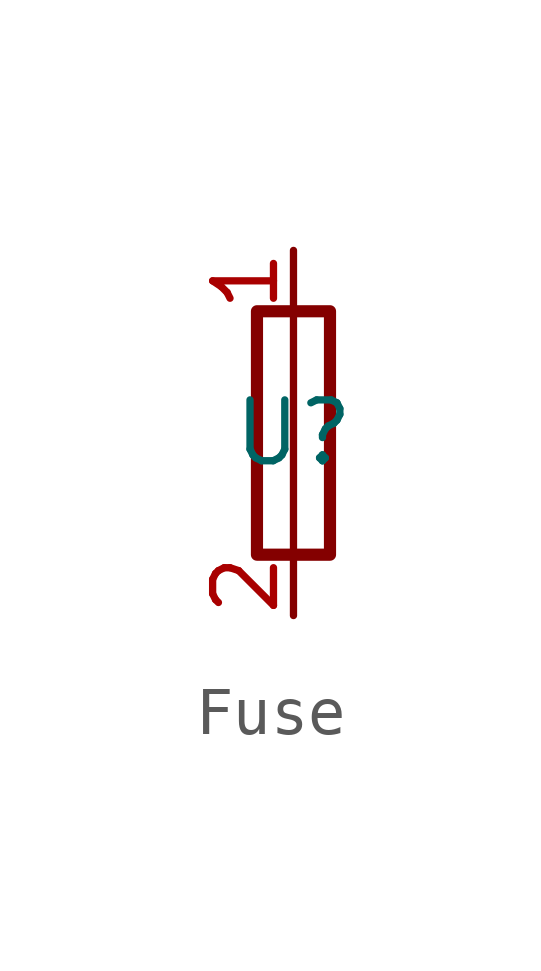
<source format=kicad_sym>
(kicad_symbol_lib
  (version 20220914)
  (generator kicad_symbol_editor)
  (symbol "Fuse"
    (property "Reference" "U"
      (at 0 0 0)
      (effects (font (size 1.27 1.27))))
    (property "Value" ""
      (at 0 0 0)
      (effects (font (size 1.27 1.27))))
    (symbol "Fuse_0_1"
      (rectangle (start -0.762 -2.54) (end 0.762 2.54) (stroke (width 0.254) (type default)) (fill (type none)))
      (polyline (pts (xy 0 2.54) (xy 0 -2.54)) (stroke (width 0) (type default)) (fill (type none))))
    (symbol "Fuse_1_1"
      (pin passive line (at 0 3.81 270) (length 1.27) (name "~" (effects (font (size 1.27 1.27)))) (number "1" (effects (font (size 1.27 1.27)))))
      (pin passive line (at 0 -3.81 90) (length 1.27) (name "~" (effects (font (size 1.27 1.27)))) (number "2" (effects (font (size 1.27 1.27))))))))
</source>
